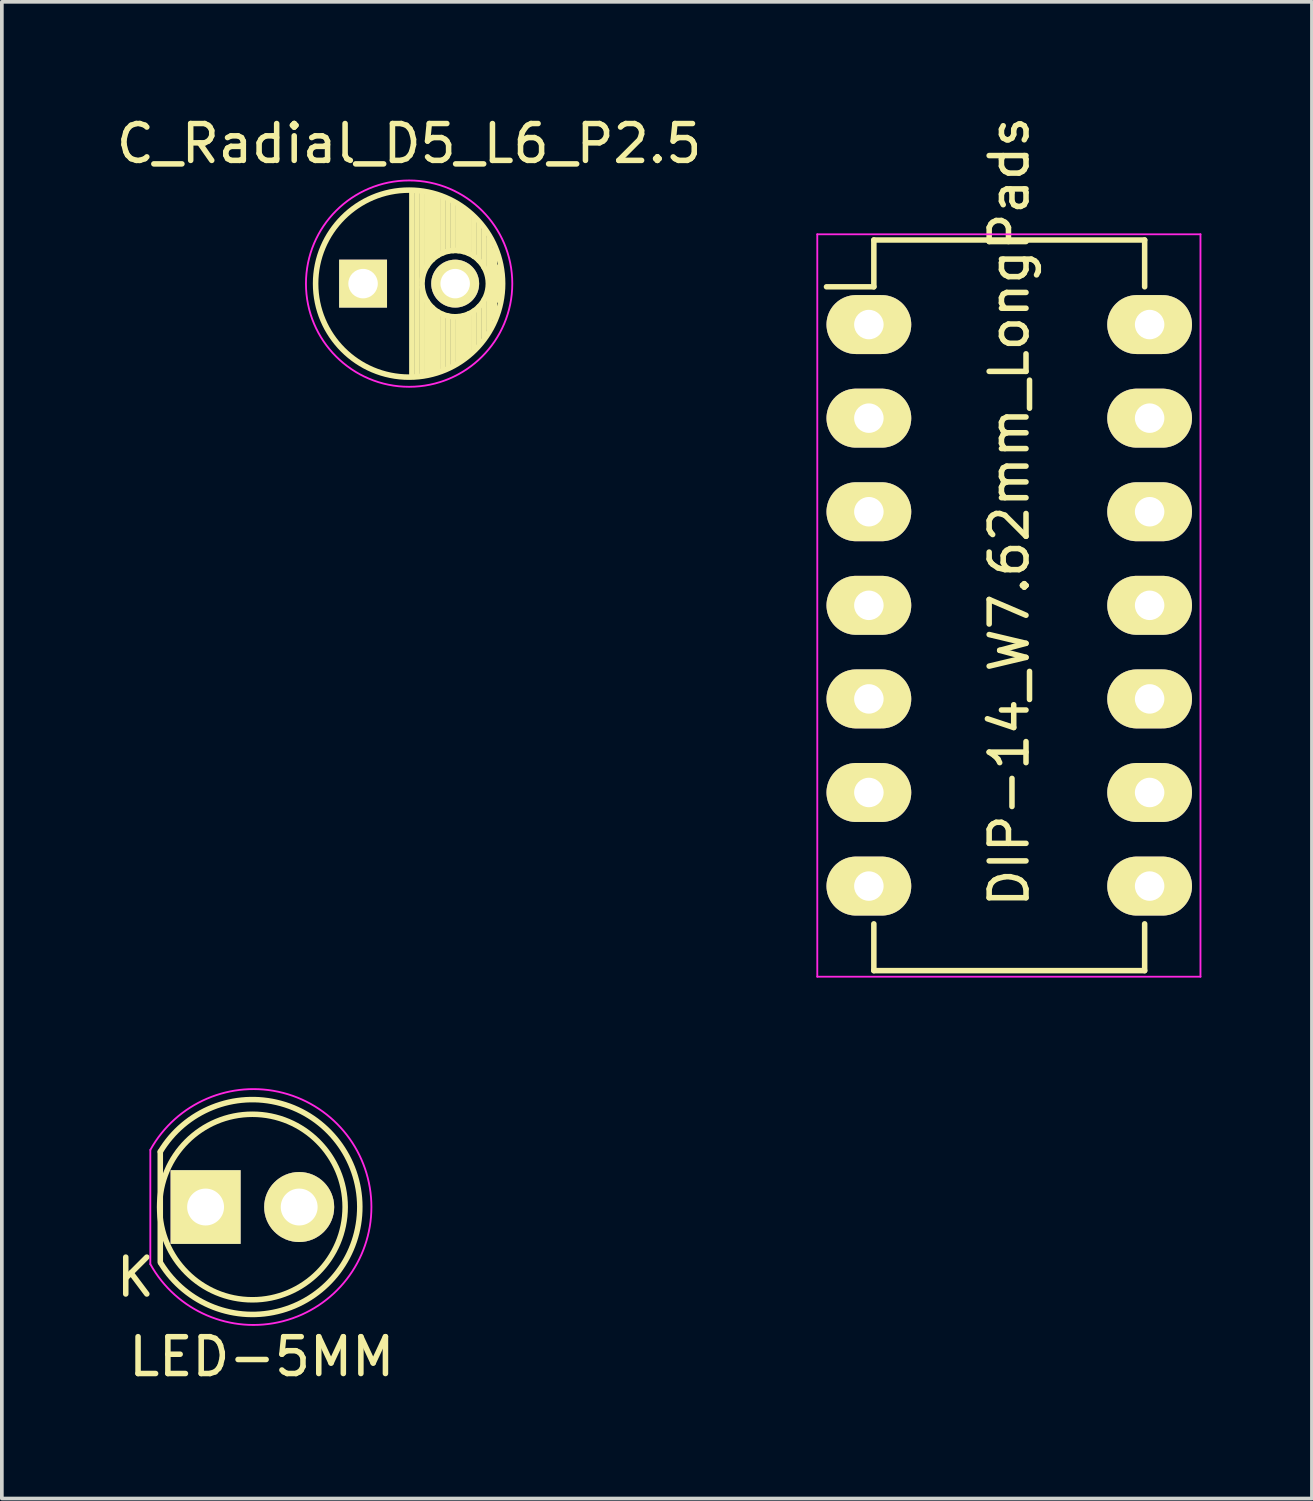
<source format=kicad_pcb>
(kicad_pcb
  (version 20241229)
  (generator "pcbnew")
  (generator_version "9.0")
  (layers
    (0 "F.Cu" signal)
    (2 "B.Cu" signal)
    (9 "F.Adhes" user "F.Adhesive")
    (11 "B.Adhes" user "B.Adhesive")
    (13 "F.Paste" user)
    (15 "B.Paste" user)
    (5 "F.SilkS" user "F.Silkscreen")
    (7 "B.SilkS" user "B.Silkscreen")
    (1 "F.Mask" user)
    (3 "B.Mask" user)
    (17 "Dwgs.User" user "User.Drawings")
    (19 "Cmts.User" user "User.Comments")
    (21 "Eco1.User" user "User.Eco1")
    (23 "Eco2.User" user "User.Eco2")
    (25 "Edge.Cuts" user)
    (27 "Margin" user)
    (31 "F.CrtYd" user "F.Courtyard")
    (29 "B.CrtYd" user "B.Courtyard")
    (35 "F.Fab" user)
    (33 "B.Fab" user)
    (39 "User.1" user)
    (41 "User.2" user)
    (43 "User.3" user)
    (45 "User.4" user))
  (footprint "C_Radial_D5_L6_P2.5"
    (layer "F.Cu")
    (at 6.804 4.648)
    (property "Reference" "C_Radial_D5_L6_P2.5" (at 1.25 -3.8 0) (layer "F.SilkS") (effects (font (size 1 1) (thickness 0.15))))
    (attr through_hole)
    (fp_line (start 1.325 -2.499) (end 1.325 2.499) (stroke (width 0.15) (type solid)) (layer "F.SilkS"))
    (fp_line (start 1.465 -2.491) (end 1.465 2.491) (stroke (width 0.15) (type solid)) (layer "F.SilkS"))
    (fp_line (start 1.605 -2.475) (end 1.605 -0.095) (stroke (width 0.15) (type solid)) (layer "F.SilkS"))
    (fp_line (start 1.605 0.095) (end 1.605 2.475) (stroke (width 0.15) (type solid)) (layer "F.SilkS"))
    (fp_line (start 1.745 -2.451) (end 1.745 -0.49) (stroke (width 0.15) (type solid)) (layer "F.SilkS"))
    (fp_line (start 1.745 0.49) (end 1.745 2.451) (stroke (width 0.15) (type solid)) (layer "F.SilkS"))
    (fp_line (start 1.885 -2.418) (end 1.885 -0.657) (stroke (width 0.15) (type solid)) (layer "F.SilkS"))
    (fp_line (start 1.885 0.657) (end 1.885 2.418) (stroke (width 0.15) (type solid)) (layer "F.SilkS"))
    (fp_line (start 2.025 -2.377) (end 2.025 -0.764) (stroke (width 0.15) (type solid)) (layer "F.SilkS"))
    (fp_line (start 2.025 0.764) (end 2.025 2.377) (stroke (width 0.15) (type solid)) (layer "F.SilkS"))
    (fp_line (start 2.165 -2.327) (end 2.165 -0.835) (stroke (width 0.15) (type solid)) (layer "F.SilkS"))
    (fp_line (start 2.165 0.835) (end 2.165 2.327) (stroke (width 0.15) (type solid)) (layer "F.SilkS"))
    (fp_line (start 2.305 -2.266) (end 2.305 -0.879) (stroke (width 0.15) (type solid)) (layer "F.SilkS"))
    (fp_line (start 2.305 0.879) (end 2.305 2.266) (stroke (width 0.15) (type solid)) (layer "F.SilkS"))
    (fp_line (start 2.445 -2.196) (end 2.445 -0.898) (stroke (width 0.15) (type solid)) (layer "F.SilkS"))
    (fp_line (start 2.445 0.898) (end 2.445 2.196) (stroke (width 0.15) (type solid)) (layer "F.SilkS"))
    (fp_line (start 2.585 -2.114) (end 2.585 -0.896) (stroke (width 0.15) (type solid)) (layer "F.SilkS"))
    (fp_line (start 2.585 0.896) (end 2.585 2.114) (stroke (width 0.15) (type solid)) (layer "F.SilkS"))
    (fp_line (start 2.725 -2.019) (end 2.725 -0.871) (stroke (width 0.15) (type solid)) (layer "F.SilkS"))
    (fp_line (start 2.725 0.871) (end 2.725 2.019) (stroke (width 0.15) (type solid)) (layer "F.SilkS"))
    (fp_line (start 2.865 -1.908) (end 2.865 -0.823) (stroke (width 0.15) (type solid)) (layer "F.SilkS"))
    (fp_line (start 2.865 0.823) (end 2.865 1.908) (stroke (width 0.15) (type solid)) (layer "F.SilkS"))
    (fp_line (start 3.005 -1.78) (end 3.005 -0.745) (stroke (width 0.15) (type solid)) (layer "F.SilkS"))
    (fp_line (start 3.005 0.745) (end 3.005 1.78) (stroke (width 0.15) (type solid)) (layer "F.SilkS"))
    (fp_line (start 3.145 -1.631) (end 3.145 -0.628) (stroke (width 0.15) (type solid)) (layer "F.SilkS"))
    (fp_line (start 3.145 0.628) (end 3.145 1.631) (stroke (width 0.15) (type solid)) (layer "F.SilkS"))
    (fp_line (start 3.285 -1.452) (end 3.285 -0.44) (stroke (width 0.15) (type solid)) (layer "F.SilkS"))
    (fp_line (start 3.285 0.44) (end 3.285 1.452) (stroke (width 0.15) (type solid)) (layer "F.SilkS"))
    (fp_line (start 3.425 -1.233) (end 3.425 1.233) (stroke (width 0.15) (type solid)) (layer "F.SilkS"))
    (fp_line (start 3.565 -0.944) (end 3.565 0.944) (stroke (width 0.15) (type solid)) (layer "F.SilkS"))
    (fp_line (start 3.705 -0.472) (end 3.705 0.472) (stroke (width 0.15) (type solid)) (layer "F.SilkS"))
    (fp_circle (center 1.25 0) (end 1.25 -2.538) (stroke (width 0.15) (type solid)) (fill no) (layer "F.SilkS"))
    (fp_circle (center 2.5 0) (end 2.5 -0.9) (stroke (width 0.15) (type solid)) (fill no) (layer "F.SilkS"))
    (fp_circle (center 1.25 0) (end 1.25 -2.8) (stroke (width 0.05) (type solid)) (fill no) (layer "F.CrtYd"))
    (pad "1" thru_hole rect (at 0 0) (size 1.3 1.3) (drill 0.8) (layers "*.Cu" "*.Mask" "F.SilkS"))
    (pad "2" thru_hole circle (at 2.5 0) (size 1.3 1.3) (drill 0.8) (layers "*.Cu" "*.Mask" "F.SilkS")))
  (footprint "LED-5MM"
    (layer "F.Cu")
    (at 2.53 29.71)
    (property "Reference" "LED-5MM" (at 1.524 4.064 0) (layer "F.SilkS") (effects (font (size 1 1) (thickness 0.15))))
    (attr through_hole)
    (fp_line (start -1.23 1.5) (end -1.23 -1.5) (stroke (width 0.15) (type solid)) (layer "F.SilkS"))
    (fp_arc (start -1.23 -1.5) (mid 4.18544 -0.014565) (end -1.214888 1.524904) (stroke (width 0.15) (type solid)) (layer "F.SilkS"))
    (fp_circle (center 1.27 0) (end 0.97 -2.5) (stroke (width 0.15) (type solid)) (fill no) (layer "F.SilkS"))
    (fp_line (start -1.5 -1.55) (end -1.5 1.55) (stroke (width 0.05) (type solid)) (layer "F.CrtYd"))
    (fp_arc (start -1.498248 -1.55316) (mid 4.50039 0.001807) (end -1.5 1.55) (stroke (width 0.05) (type solid)) (layer "F.CrtYd"))
    (fp_text user "K" (at -1.905 1.905 0) (layer "F.SilkS") (effects (font (size 1 1) (thickness 0.15))))
    (pad "1" thru_hole rect (at 0 0 90) (size 2 1.9) (drill 1.001) (layers "*.Cu" "*.Mask" "F.SilkS"))
    (pad "2" thru_hole circle (at 2.54 0) (size 1.9 1.9) (drill 1.001) (layers "*.Cu" "*.Mask" "F.SilkS")))
  (footprint "DIP-14_W7.62mm_LongPads"
    (layer "F.Cu")
    (at 20.532 5.759)
    (property "Reference" "DIP-14_W7.62mm_LongPads" (at 3.81 5.08 90) (layer "F.SilkS") (effects (font (size 1 1) (thickness 0.15))))
    (attr through_hole)
    (fp_line (start 0.135 -2.295) (end 0.135 -1.025) (stroke (width 0.15) (type solid)) (layer "F.SilkS"))
    (fp_line (start 0.135 -2.295) (end 7.485 -2.295) (stroke (width 0.15) (type solid)) (layer "F.SilkS"))
    (fp_line (start 0.135 -1.025) (end -1.15 -1.025) (stroke (width 0.15) (type solid)) (layer "F.SilkS"))
    (fp_line (start 0.135 17.535) (end 0.135 16.265) (stroke (width 0.15) (type solid)) (layer "F.SilkS"))
    (fp_line (start 0.135 17.535) (end 7.485 17.535) (stroke (width 0.15) (type solid)) (layer "F.SilkS"))
    (fp_line (start 7.485 -2.295) (end 7.485 -1.025) (stroke (width 0.15) (type solid)) (layer "F.SilkS"))
    (fp_line (start 7.485 17.535) (end 7.485 16.265) (stroke (width 0.15) (type solid)) (layer "F.SilkS"))
    (fp_line (start -1.4 -2.45) (end -1.4 17.7) (stroke (width 0.05) (type solid)) (layer "F.CrtYd"))
    (fp_line (start -1.4 -2.45) (end 9 -2.45) (stroke (width 0.05) (type solid)) (layer "F.CrtYd"))
    (fp_line (start -1.4 17.7) (end 9 17.7) (stroke (width 0.05) (type solid)) (layer "F.CrtYd"))
    (fp_line (start 9 -2.45) (end 9 17.7) (stroke (width 0.05) (type solid)) (layer "F.CrtYd"))
    (pad "1" thru_hole oval (at 0 0) (size 2.3 1.6) (drill 0.8) (layers "*.Cu" "*.Mask" "F.SilkS"))
    (pad "2" thru_hole oval (at 0 2.54) (size 2.3 1.6) (drill 0.8) (layers "*.Cu" "*.Mask" "F.SilkS"))
    (pad "3" thru_hole oval (at 0 5.08) (size 2.3 1.6) (drill 0.8) (layers "*.Cu" "*.Mask" "F.SilkS"))
    (pad "4" thru_hole oval (at 0 7.62) (size 2.3 1.6) (drill 0.8) (layers "*.Cu" "*.Mask" "F.SilkS"))
    (pad "5" thru_hole oval (at 0 10.16) (size 2.3 1.6) (drill 0.8) (layers "*.Cu" "*.Mask" "F.SilkS"))
    (pad "6" thru_hole oval (at 0 12.7) (size 2.3 1.6) (drill 0.8) (layers "*.Cu" "*.Mask" "F.SilkS"))
    (pad "7" thru_hole oval (at 0 15.24) (size 2.3 1.6) (drill 0.8) (layers "*.Cu" "*.Mask" "F.SilkS"))
    (pad "8" thru_hole oval (at 7.62 15.24) (size 2.3 1.6) (drill 0.8) (layers "*.Cu" "*.Mask" "F.SilkS"))
    (pad "9" thru_hole oval (at 7.62 12.7) (size 2.3 1.6) (drill 0.8) (layers "*.Cu" "*.Mask" "F.SilkS"))
    (pad "10" thru_hole oval (at 7.62 10.16) (size 2.3 1.6) (drill 0.8) (layers "*.Cu" "*.Mask" "F.SilkS"))
    (pad "11" thru_hole oval (at 7.62 7.62) (size 2.3 1.6) (drill 0.8) (layers "*.Cu" "*.Mask" "F.SilkS"))
    (pad "12" thru_hole oval (at 7.62 5.08) (size 2.3 1.6) (drill 0.8) (layers "*.Cu" "*.Mask" "F.SilkS"))
    (pad "13" thru_hole oval (at 7.62 2.54) (size 2.3 1.6) (drill 0.8) (layers "*.Cu" "*.Mask" "F.SilkS"))
    (pad "14" thru_hole oval (at 7.62 0) (size 2.3 1.6) (drill 0.8) (layers "*.Cu" "*.Mask" "F.SilkS")))
  (gr_rect
    (start -3 -3)
    (end 32.557 37.622)
    (stroke (width 0.1) (type default))
    (fill no)
    (layer "Edge.Cuts")))
</source>
